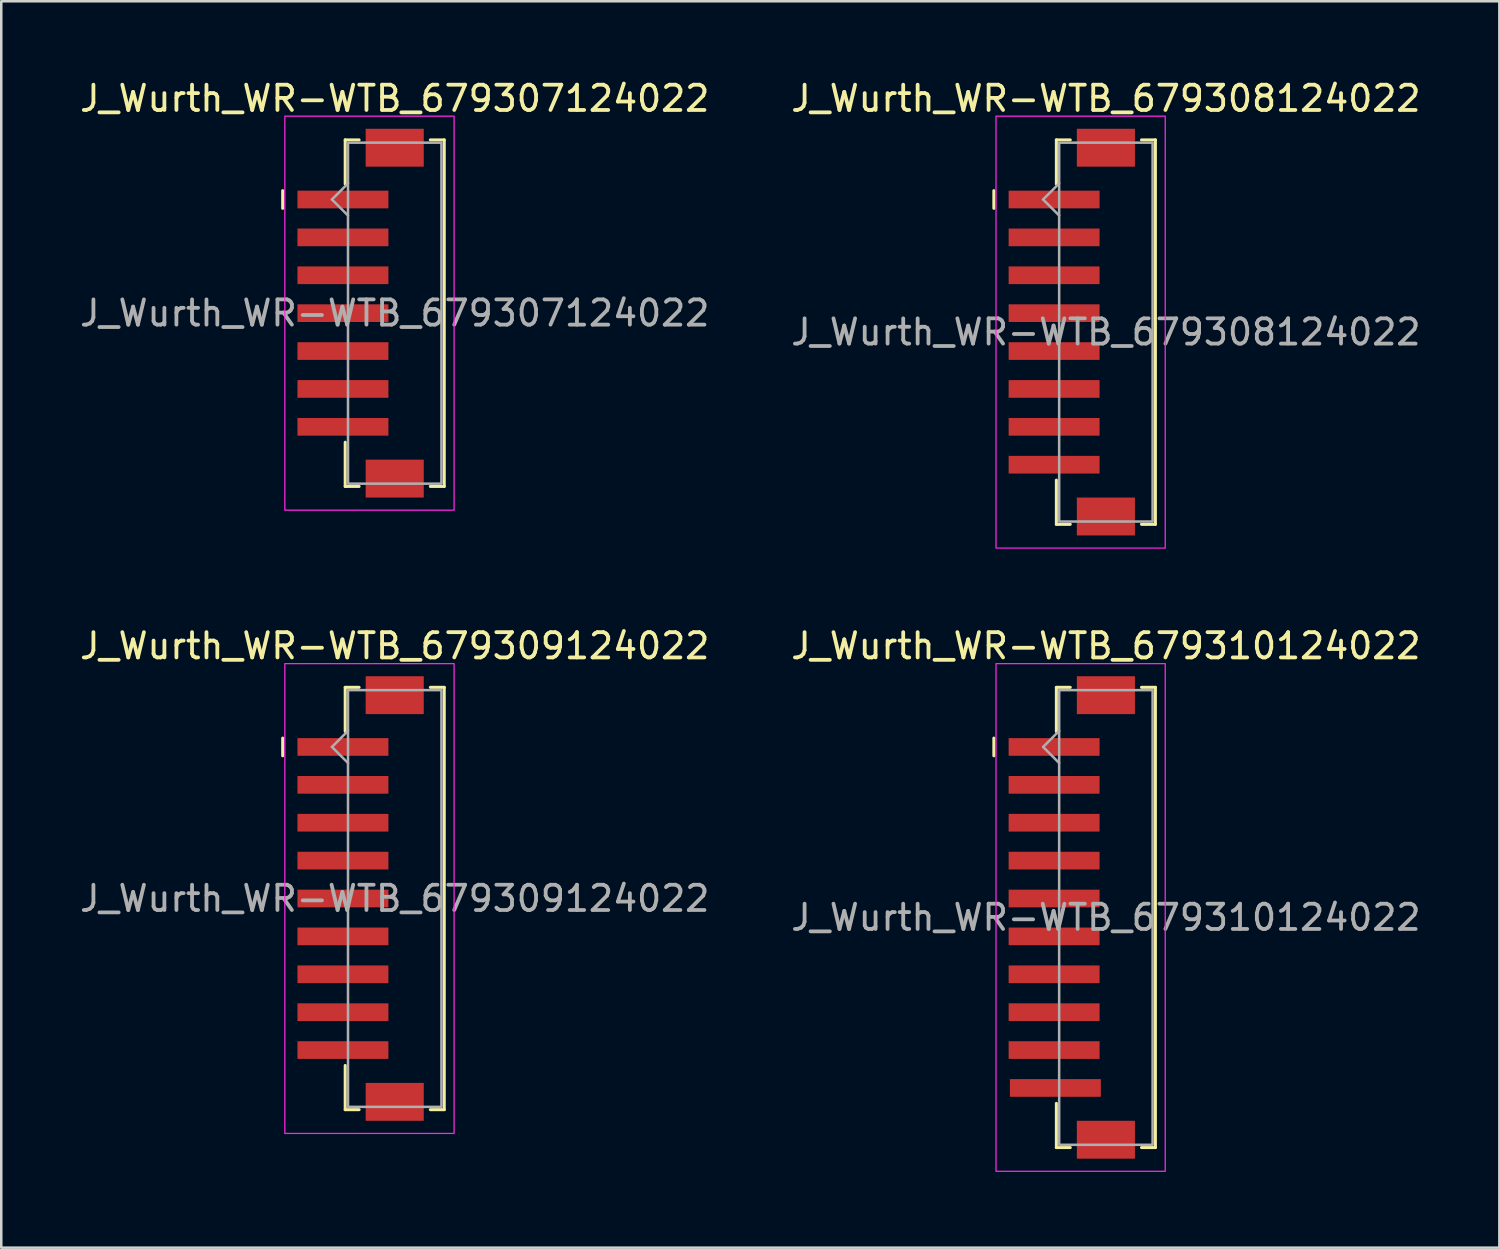
<source format=kicad_pcb>
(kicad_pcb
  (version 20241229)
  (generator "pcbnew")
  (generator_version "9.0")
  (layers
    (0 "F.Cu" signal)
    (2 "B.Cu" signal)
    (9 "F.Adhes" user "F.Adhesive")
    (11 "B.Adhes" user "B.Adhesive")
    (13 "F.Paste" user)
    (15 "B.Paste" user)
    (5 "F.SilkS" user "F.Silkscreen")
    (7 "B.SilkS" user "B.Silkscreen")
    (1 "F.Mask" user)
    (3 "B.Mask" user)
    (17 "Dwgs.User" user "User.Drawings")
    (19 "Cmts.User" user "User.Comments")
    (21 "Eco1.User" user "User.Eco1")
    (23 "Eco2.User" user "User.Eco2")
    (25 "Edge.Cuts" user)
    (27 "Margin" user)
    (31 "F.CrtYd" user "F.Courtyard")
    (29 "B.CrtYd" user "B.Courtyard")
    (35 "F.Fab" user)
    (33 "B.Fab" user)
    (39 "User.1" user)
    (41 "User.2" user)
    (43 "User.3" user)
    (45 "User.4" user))
  (footprint "J_Wurth_WR-WTB_679307124022"
    (layer "F.Cu")
    (at 12.577 9.348)
    (property "Reference" "J_Wurth_WR-WTB_679307124022" (at 0 -8.5 0) (unlocked yes) (layer "F.SilkS") (effects (font (size 1 1) (thickness 0.15))))
    (attr smd)
    (fp_line (start -4.435 -4.15) (end -4.435 -4.85) (stroke (width 0.12) (type solid)) (layer "F.SilkS"))
    (fp_line (start -1.96 -6.86) (end -1.41 -6.86) (stroke (width 0.12) (type solid)) (layer "F.SilkS"))
    (fp_line (start -1.96 -5.11) (end -1.96 -6.86) (stroke (width 0.12) (type solid)) (layer "F.SilkS"))
    (fp_line (start -1.96 6.86) (end -1.96 5.11) (stroke (width 0.12) (type solid)) (layer "F.SilkS"))
    (fp_line (start -1.96 6.86) (end -1.41 6.86) (stroke (width 0.12) (type solid)) (layer "F.SilkS"))
    (fp_line (start 1.41 -6.86) (end 1.96 -6.86) (stroke (width 0.12) (type solid)) (layer "F.SilkS"))
    (fp_line (start 1.96 -6.86) (end 1.96 6.86) (stroke (width 0.12) (type default)) (layer "F.SilkS"))
    (fp_line (start 1.96 6.86) (end 1.41 6.86) (stroke (width 0.12) (type solid)) (layer "F.SilkS"))
    (fp_rect (start -4.35 -7.8) (end 2.35 7.8) (stroke (width 0.05) (type solid)) (fill no) (layer "F.CrtYd"))
    (fp_line (start -2.485 -4.5) (end -1.85 -3.865) (stroke (width 0.1) (type default)) (layer "F.Fab"))
    (fp_line (start -1.85 -5.135) (end -2.485 -4.5) (stroke (width 0.1) (type default)) (layer "F.Fab"))
    (fp_rect (start -1.85 -6.75) (end 1.85 6.75) (stroke (width 0.1) (type solid)) (fill no) (layer "F.Fab"))
    (fp_text user "${REFERENCE}" (at 0 0 0) (unlocked yes) (layer "F.Fab") (effects (font (size 1 1) (thickness 0.15))))
    (pad "1" smd rect (at -2.05 -4.5 270) (size 0.7 3.6) (layers "F.Cu" "F.Mask" "F.Paste"))
    (pad "2" smd rect (at -2.05 -3 270) (size 0.7 3.6) (layers "F.Cu" "F.Mask" "F.Paste"))
    (pad "3" smd rect (at -2.05 -1.5 270) (size 0.7 3.6) (layers "F.Cu" "F.Mask" "F.Paste"))
    (pad "4" smd rect (at -2.05 0 270) (size 0.7 3.6) (layers "F.Cu" "F.Mask" "F.Paste"))
    (pad "5" smd rect (at -2.05 1.5 270) (size 0.7 3.6) (layers "F.Cu" "F.Mask" "F.Paste"))
    (pad "6" smd rect (at -2.05 3 270) (size 0.7 3.6) (layers "F.Cu" "F.Mask" "F.Paste"))
    (pad "7" smd rect (at -2.05 4.5 270) (size 0.7 3.6) (layers "F.Cu" "F.Mask" "F.Paste"))
    (pad "MP1" smd rect (at 0 6.55 270) (size 1.5 2.3) (layers "F.Cu" "F.Mask" "F.Paste"))
    (pad "MP2" smd rect (at 0 -6.55 270) (size 1.5 2.3) (layers "F.Cu" "F.Mask" "F.Paste")))
  (footprint "J_Wurth_WR-WTB_679309124022"
    (layer "F.Cu")
    (at 12.577 32.522)
    (property "Reference" "J_Wurth_WR-WTB_679309124022" (at 0 -10 0) (unlocked yes) (layer "F.SilkS") (effects (font (size 1 1) (thickness 0.15))))
    (attr smd)
    (fp_line (start -4.435 -5.65) (end -4.435 -6.35) (stroke (width 0.12) (type solid)) (layer "F.SilkS"))
    (fp_line (start -1.96 -8.36) (end -1.41 -8.36) (stroke (width 0.12) (type solid)) (layer "F.SilkS"))
    (fp_line (start -1.96 -6.61) (end -1.96 -8.36) (stroke (width 0.12) (type solid)) (layer "F.SilkS"))
    (fp_line (start -1.96 8.36) (end -1.96 6.61) (stroke (width 0.12) (type solid)) (layer "F.SilkS"))
    (fp_line (start -1.96 8.36) (end -1.41 8.36) (stroke (width 0.12) (type solid)) (layer "F.SilkS"))
    (fp_line (start 1.41 -8.36) (end 1.96 -8.36) (stroke (width 0.12) (type solid)) (layer "F.SilkS"))
    (fp_line (start 1.96 -8.36) (end 1.96 8.36) (stroke (width 0.12) (type default)) (layer "F.SilkS"))
    (fp_line (start 1.96 8.36) (end 1.41 8.36) (stroke (width 0.12) (type solid)) (layer "F.SilkS"))
    (fp_rect (start -4.35 -9.3) (end 2.35 9.3) (stroke (width 0.05) (type solid)) (fill no) (layer "F.CrtYd"))
    (fp_line (start -2.485 -6) (end -1.85 -5.365) (stroke (width 0.1) (type default)) (layer "F.Fab"))
    (fp_line (start -1.85 -6.635) (end -2.485 -6) (stroke (width 0.1) (type default)) (layer "F.Fab"))
    (fp_rect (start -1.85 -8.25) (end 1.85 8.25) (stroke (width 0.1) (type solid)) (fill no) (layer "F.Fab"))
    (fp_text user "${REFERENCE}" (at 0 0 0) (unlocked yes) (layer "F.Fab") (effects (font (size 1 1) (thickness 0.15))))
    (pad "1" smd rect (at -2.05 -6 270) (size 0.7 3.6) (layers "F.Cu" "F.Mask" "F.Paste"))
    (pad "2" smd rect (at -2.05 -4.5 270) (size 0.7 3.6) (layers "F.Cu" "F.Mask" "F.Paste"))
    (pad "3" smd rect (at -2.05 -3 270) (size 0.7 3.6) (layers "F.Cu" "F.Mask" "F.Paste"))
    (pad "4" smd rect (at -2.05 -1.5 270) (size 0.7 3.6) (layers "F.Cu" "F.Mask" "F.Paste"))
    (pad "5" smd rect (at -2.05 0 270) (size 0.7 3.6) (layers "F.Cu" "F.Mask" "F.Paste"))
    (pad "6" smd rect (at -2.05 1.5 270) (size 0.7 3.6) (layers "F.Cu" "F.Mask" "F.Paste"))
    (pad "7" smd rect (at -2.05 3 270) (size 0.7 3.6) (layers "F.Cu" "F.Mask" "F.Paste"))
    (pad "8" smd rect (at -2.05 4.5 270) (size 0.7 3.6) (layers "F.Cu" "F.Mask" "F.Paste"))
    (pad "9" smd rect (at -2.05 6 270) (size 0.7 3.6) (layers "F.Cu" "F.Mask" "F.Paste"))
    (pad "MP1" smd rect (at 0 8.05 270) (size 1.5 2.3) (layers "F.Cu" "F.Mask" "F.Paste"))
    (pad "MP2" smd rect (at 0 -8.05 270) (size 1.5 2.3) (layers "F.Cu" "F.Mask" "F.Paste")))
  (footprint "J_Wurth_WR-WTB_679308124022"
    (layer "F.Cu")
    (at 40.732 10.098)
    (property "Reference" "J_Wurth_WR-WTB_679308124022" (at 0 -9.25 0) (unlocked yes) (layer "F.SilkS") (effects (font (size 1 1) (thickness 0.15))))
    (attr smd)
    (fp_line (start -4.435 -4.9) (end -4.435 -5.6) (stroke (width 0.12) (type solid)) (layer "F.SilkS"))
    (fp_line (start -1.96 -7.61) (end -1.41 -7.61) (stroke (width 0.12) (type solid)) (layer "F.SilkS"))
    (fp_line (start -1.96 -5.86) (end -1.96 -7.61) (stroke (width 0.12) (type solid)) (layer "F.SilkS"))
    (fp_line (start -1.96 7.61) (end -1.96 5.86) (stroke (width 0.12) (type solid)) (layer "F.SilkS"))
    (fp_line (start -1.96 7.61) (end -1.41 7.61) (stroke (width 0.12) (type solid)) (layer "F.SilkS"))
    (fp_line (start 1.41 -7.61) (end 1.96 -7.61) (stroke (width 0.12) (type solid)) (layer "F.SilkS"))
    (fp_line (start 1.96 -7.61) (end 1.96 7.61) (stroke (width 0.12) (type default)) (layer "F.SilkS"))
    (fp_line (start 1.96 7.61) (end 1.41 7.61) (stroke (width 0.12) (type solid)) (layer "F.SilkS"))
    (fp_rect (start -4.35 -8.55) (end 2.35 8.55) (stroke (width 0.05) (type solid)) (fill no) (layer "F.CrtYd"))
    (fp_line (start -2.485 -5.25) (end -1.85 -4.615) (stroke (width 0.1) (type default)) (layer "F.Fab"))
    (fp_line (start -1.85 -5.885) (end -2.485 -5.25) (stroke (width 0.1) (type default)) (layer "F.Fab"))
    (fp_rect (start -1.85 -7.5) (end 1.85 7.5) (stroke (width 0.1) (type solid)) (fill no) (layer "F.Fab"))
    (fp_text user "${REFERENCE}" (at 0 0 0) (unlocked yes) (layer "F.Fab") (effects (font (size 1 1) (thickness 0.15))))
    (pad "1" smd rect (at -2.05 -5.25 270) (size 0.7 3.6) (layers "F.Cu" "F.Mask" "F.Paste"))
    (pad "2" smd rect (at -2.05 -3.75 270) (size 0.7 3.6) (layers "F.Cu" "F.Mask" "F.Paste"))
    (pad "3" smd rect (at -2.05 -2.25 270) (size 0.7 3.6) (layers "F.Cu" "F.Mask" "F.Paste"))
    (pad "4" smd rect (at -2.05 -0.75 270) (size 0.7 3.6) (layers "F.Cu" "F.Mask" "F.Paste"))
    (pad "5" smd rect (at -2.05 0.75 270) (size 0.7 3.6) (layers "F.Cu" "F.Mask" "F.Paste"))
    (pad "6" smd rect (at -2.05 2.25 270) (size 0.7 3.6) (layers "F.Cu" "F.Mask" "F.Paste"))
    (pad "7" smd rect (at -2.05 3.75 270) (size 0.7 3.6) (layers "F.Cu" "F.Mask" "F.Paste"))
    (pad "8" smd rect (at -2.05 5.25 270) (size 0.7 3.6) (layers "F.Cu" "F.Mask" "F.Paste"))
    (pad "MP1" smd rect (at 0 7.3 270) (size 1.5 2.3) (layers "F.Cu" "F.Mask" "F.Paste"))
    (pad "MP2" smd rect (at 0 -7.3 270) (size 1.5 2.3) (layers "F.Cu" "F.Mask" "F.Paste")))
  (footprint "J_Wurth_WR-WTB_679310124022"
    (layer "F.Cu")
    (at 40.732 33.272)
    (property "Reference" "J_Wurth_WR-WTB_679310124022" (at 0 -10.75 0) (unlocked yes) (layer "F.SilkS") (effects (font (size 1 1) (thickness 0.15))))
    (attr smd)
    (fp_line (start -4.435 -6.4) (end -4.435 -7.1) (stroke (width 0.12) (type solid)) (layer "F.SilkS"))
    (fp_line (start -1.96 -9.11) (end -1.41 -9.11) (stroke (width 0.12) (type solid)) (layer "F.SilkS"))
    (fp_line (start -1.96 -7.36) (end -1.96 -9.11) (stroke (width 0.12) (type solid)) (layer "F.SilkS"))
    (fp_line (start -1.96 9.11) (end -1.96 7.36) (stroke (width 0.12) (type solid)) (layer "F.SilkS"))
    (fp_line (start -1.96 9.11) (end -1.41 9.11) (stroke (width 0.12) (type solid)) (layer "F.SilkS"))
    (fp_line (start 1.41 -9.11) (end 1.96 -9.11) (stroke (width 0.12) (type solid)) (layer "F.SilkS"))
    (fp_line (start 1.96 -9.11) (end 1.96 9.11) (stroke (width 0.12) (type default)) (layer "F.SilkS"))
    (fp_line (start 1.96 9.11) (end 1.41 9.11) (stroke (width 0.12) (type solid)) (layer "F.SilkS"))
    (fp_rect (start -4.35 -10.05) (end 2.35 10.05) (stroke (width 0.05) (type solid)) (fill no) (layer "F.CrtYd"))
    (fp_line (start -2.485 -6.75) (end -1.85 -6.115) (stroke (width 0.1) (type default)) (layer "F.Fab"))
    (fp_line (start -1.85 -7.385) (end -2.485 -6.75) (stroke (width 0.1) (type default)) (layer "F.Fab"))
    (fp_rect (start -1.85 -9) (end 1.85 9) (stroke (width 0.1) (type solid)) (fill no) (layer "F.Fab"))
    (fp_text user "${REFERENCE}" (at 0 0 0) (unlocked yes) (layer "F.Fab") (effects (font (size 1 1) (thickness 0.15))))
    (pad "1" smd rect (at -2.05 -6.75 270) (size 0.7 3.6) (layers "F.Cu" "F.Mask" "F.Paste"))
    (pad "2" smd rect (at -2.05 -5.25 270) (size 0.7 3.6) (layers "F.Cu" "F.Mask" "F.Paste"))
    (pad "3" smd rect (at -2.05 -3.75 270) (size 0.7 3.6) (layers "F.Cu" "F.Mask" "F.Paste"))
    (pad "4" smd rect (at -2.05 -2.25 270) (size 0.7 3.6) (layers "F.Cu" "F.Mask" "F.Paste"))
    (pad "5" smd rect (at -2.05 -0.75 270) (size 0.7 3.6) (layers "F.Cu" "F.Mask" "F.Paste"))
    (pad "6" smd rect (at -2.05 0.75 270) (size 0.7 3.6) (layers "F.Cu" "F.Mask" "F.Paste"))
    (pad "7" smd rect (at -2.05 2.25 270) (size 0.7 3.6) (layers "F.Cu" "F.Mask" "F.Paste"))
    (pad "8" smd rect (at -2.05 3.75 270) (size 0.7 3.6) (layers "F.Cu" "F.Mask" "F.Paste"))
    (pad "9" smd rect (at -2.05 5.25 270) (size 0.7 3.6) (layers "F.Cu" "F.Mask" "F.Paste"))
    (pad "10" smd rect (at -2 6.75 270) (size 0.7 3.6) (layers "F.Cu" "F.Mask" "F.Paste"))
    (pad "MP1" smd rect (at 0 8.8 270) (size 1.5 2.3) (layers "F.Cu" "F.Mask" "F.Paste"))
    (pad "MP2" smd rect (at 0 -8.8 270) (size 1.5 2.3) (layers "F.Cu" "F.Mask" "F.Paste")))
  (gr_rect
    (start -3 -3)
    (end 56.31 46.346)
    (stroke (width 0.1) (type default))
    (fill no)
    (layer "Edge.Cuts")))
</source>
